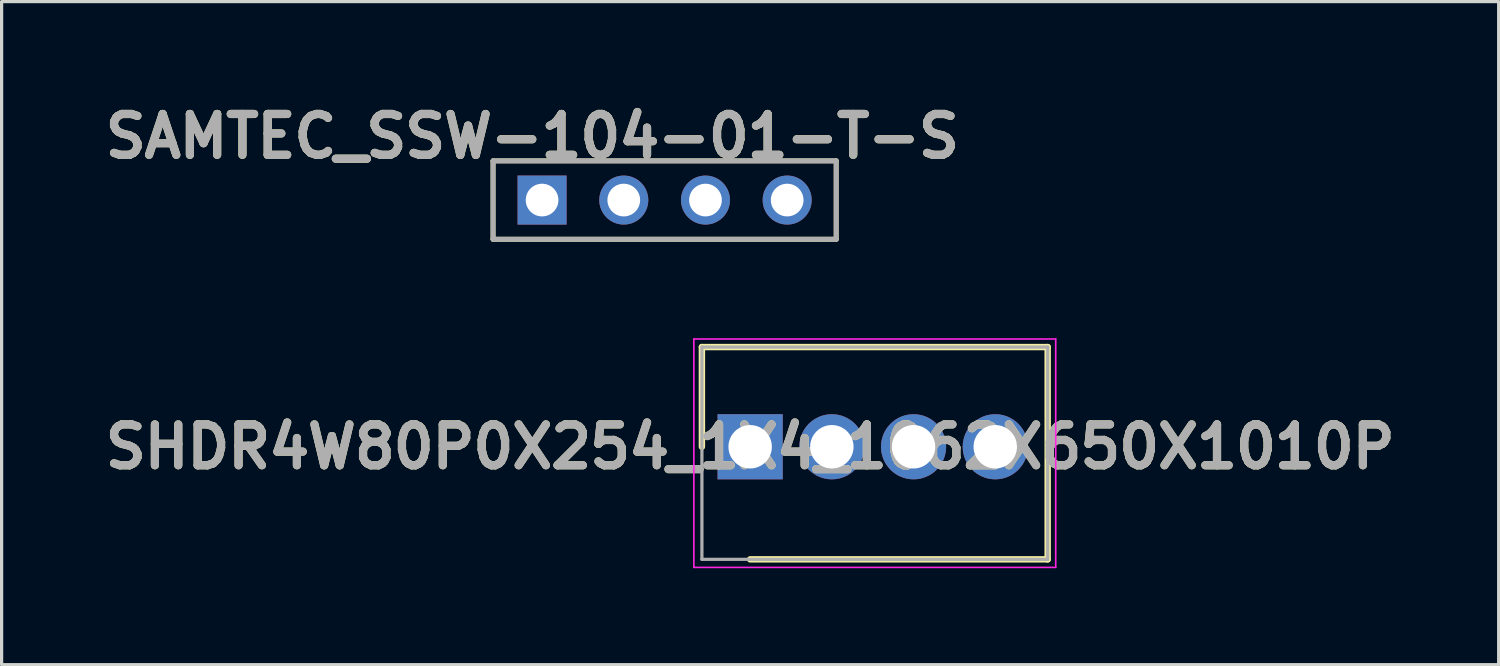
<source format=kicad_pcb>
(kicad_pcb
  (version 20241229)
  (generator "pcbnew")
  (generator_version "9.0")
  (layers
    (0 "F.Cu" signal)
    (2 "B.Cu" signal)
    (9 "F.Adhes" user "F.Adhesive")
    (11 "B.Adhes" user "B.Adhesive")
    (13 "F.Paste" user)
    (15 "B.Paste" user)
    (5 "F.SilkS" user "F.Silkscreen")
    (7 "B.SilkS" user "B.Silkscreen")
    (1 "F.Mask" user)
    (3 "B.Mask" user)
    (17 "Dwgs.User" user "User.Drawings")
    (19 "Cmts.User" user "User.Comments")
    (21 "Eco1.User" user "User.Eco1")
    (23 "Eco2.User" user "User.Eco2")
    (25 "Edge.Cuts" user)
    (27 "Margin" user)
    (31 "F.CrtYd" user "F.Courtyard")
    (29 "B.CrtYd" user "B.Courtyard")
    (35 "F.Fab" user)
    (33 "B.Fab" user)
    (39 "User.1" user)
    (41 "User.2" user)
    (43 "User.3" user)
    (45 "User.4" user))
  (footprint "SHDR4W80P0X254_1X4_1062X650X1010P"
    (layer "F.Cu")
    (at 20.272 10.84)
    (property "Reference" "SHDR4W80P0X254_1X4_1062X650X1010P" (at 0 0 0) (layer "F.SilkS") (effects (font (size 1.27 1.27) (thickness 0.254))))
    (attr through_hole)
    (fp_line (start -1.5 -3.1) (end -1.5 0) (stroke (width 0.2) (type solid)) (layer "F.SilkS"))
    (fp_line (start 0 3.5) (end 9.25 3.5) (stroke (width 0.2) (type solid)) (layer "F.SilkS"))
    (fp_line (start 9.25 -3.1) (end -1.5 -3.1) (stroke (width 0.2) (type solid)) (layer "F.SilkS"))
    (fp_line (start 9.25 3.5) (end 9.25 -3.1) (stroke (width 0.2) (type solid)) (layer "F.SilkS"))
    (fp_line (start -1.75 -3.35) (end 9.5 -3.35) (stroke (width 0.05) (type solid)) (layer "F.CrtYd"))
    (fp_line (start -1.75 3.75) (end -1.75 -3.35) (stroke (width 0.05) (type solid)) (layer "F.CrtYd"))
    (fp_line (start 9.5 -3.35) (end 9.5 3.75) (stroke (width 0.05) (type solid)) (layer "F.CrtYd"))
    (fp_line (start 9.5 3.75) (end -1.75 3.75) (stroke (width 0.05) (type solid)) (layer "F.CrtYd"))
    (fp_line (start -1.5 -3.1) (end 9.25 -3.1) (stroke (width 0.1) (type solid)) (layer "F.Fab"))
    (fp_line (start -1.5 3.5) (end -1.5 -3.1) (stroke (width 0.1) (type solid)) (layer "F.Fab"))
    (fp_line (start 9.25 -3.1) (end 9.25 3.5) (stroke (width 0.1) (type solid)) (layer "F.Fab"))
    (fp_line (start 9.25 3.5) (end -1.5 3.5) (stroke (width 0.1) (type solid)) (layer "F.Fab"))
    (fp_text user "${REFERENCE}" (at 0 0 0) (layer "F.Fab") (effects (font (size 1.27 1.27) (thickness 0.254))))
    (pad "1" thru_hole rect (at 0 0) (size 2.025 2.025) (drill 1.35) (layers "*.Cu" "*.Mask"))
    (pad "2" thru_hole circle (at 2.54 0) (size 2.025 2.025) (drill 1.35) (layers "*.Cu" "*.Mask"))
    (pad "3" thru_hole circle (at 5.08 0) (size 2.025 2.025) (drill 1.35) (layers "*.Cu" "*.Mask"))
    (pad "4" thru_hole circle (at 7.62 0) (size 2.025 2.025) (drill 1.35) (layers "*.Cu" "*.Mask")))
  (footprint "SAMTEC_SSW-104-01-T-S"
    (layer "F.Cu")
    (at 21.423 3.17)
    (property "Reference" "SAMTEC_SSW-104-01-T-S" (at -7.925 -1.981 0) (layer "F.SilkS") (effects (font (size 1.27 1.27) (thickness 0.254))))
    (attr through_hole)
    (fp_line (start -9.144 -1.219) (end -9.144 1.219) (stroke (width 0.152) (type solid)) (layer "F.SilkS"))
    (fp_line (start -9.144 1.219) (end 1.524 1.219) (stroke (width 0.152) (type solid)) (layer "F.SilkS"))
    (fp_line (start 1.524 -1.219) (end -9.144 -1.219) (stroke (width 0.152) (type solid)) (layer "F.SilkS"))
    (fp_line (start 1.524 1.219) (end 1.524 -1.219) (stroke (width 0.152) (type solid)) (layer "F.SilkS"))
    (fp_line (start -9.144 -1.219) (end -9.144 1.219) (stroke (width 0.152) (type solid)) (layer "F.Fab"))
    (fp_line (start -9.144 1.219) (end 1.524 1.219) (stroke (width 0.152) (type solid)) (layer "F.Fab"))
    (fp_line (start 1.524 -1.219) (end -9.144 -1.219) (stroke (width 0.152) (type solid)) (layer "F.Fab"))
    (fp_line (start 1.524 1.219) (end 1.524 -1.219) (stroke (width 0.152) (type solid)) (layer "F.Fab"))
    (fp_text user "${REFERENCE}" (at -7.925 -1.981 0) (layer "F.Fab") (effects (font (size 1.27 1.27) (thickness 0.254))))
    (pad "1" thru_hole rect (at -7.62 0) (size 1.524 1.524) (drill 1.016) (layers "*.Cu" "*.Mask"))
    (pad "2" thru_hole circle (at -5.08 0) (size 1.524 1.524) (drill 1.016) (layers "*.Cu" "*.Mask"))
    (pad "3" thru_hole circle (at -2.54 0) (size 1.524 1.524) (drill 1.016) (layers "*.Cu" "*.Mask"))
    (pad "4" thru_hole circle (at 0 0) (size 1.524 1.524) (drill 1.016) (layers "*.Cu" "*.Mask")))
  (gr_rect
    (start -3 -3)
    (end 43.543 17.615)
    (stroke (width 0.1) (type default))
    (fill no)
    (layer "Edge.Cuts")))
</source>
